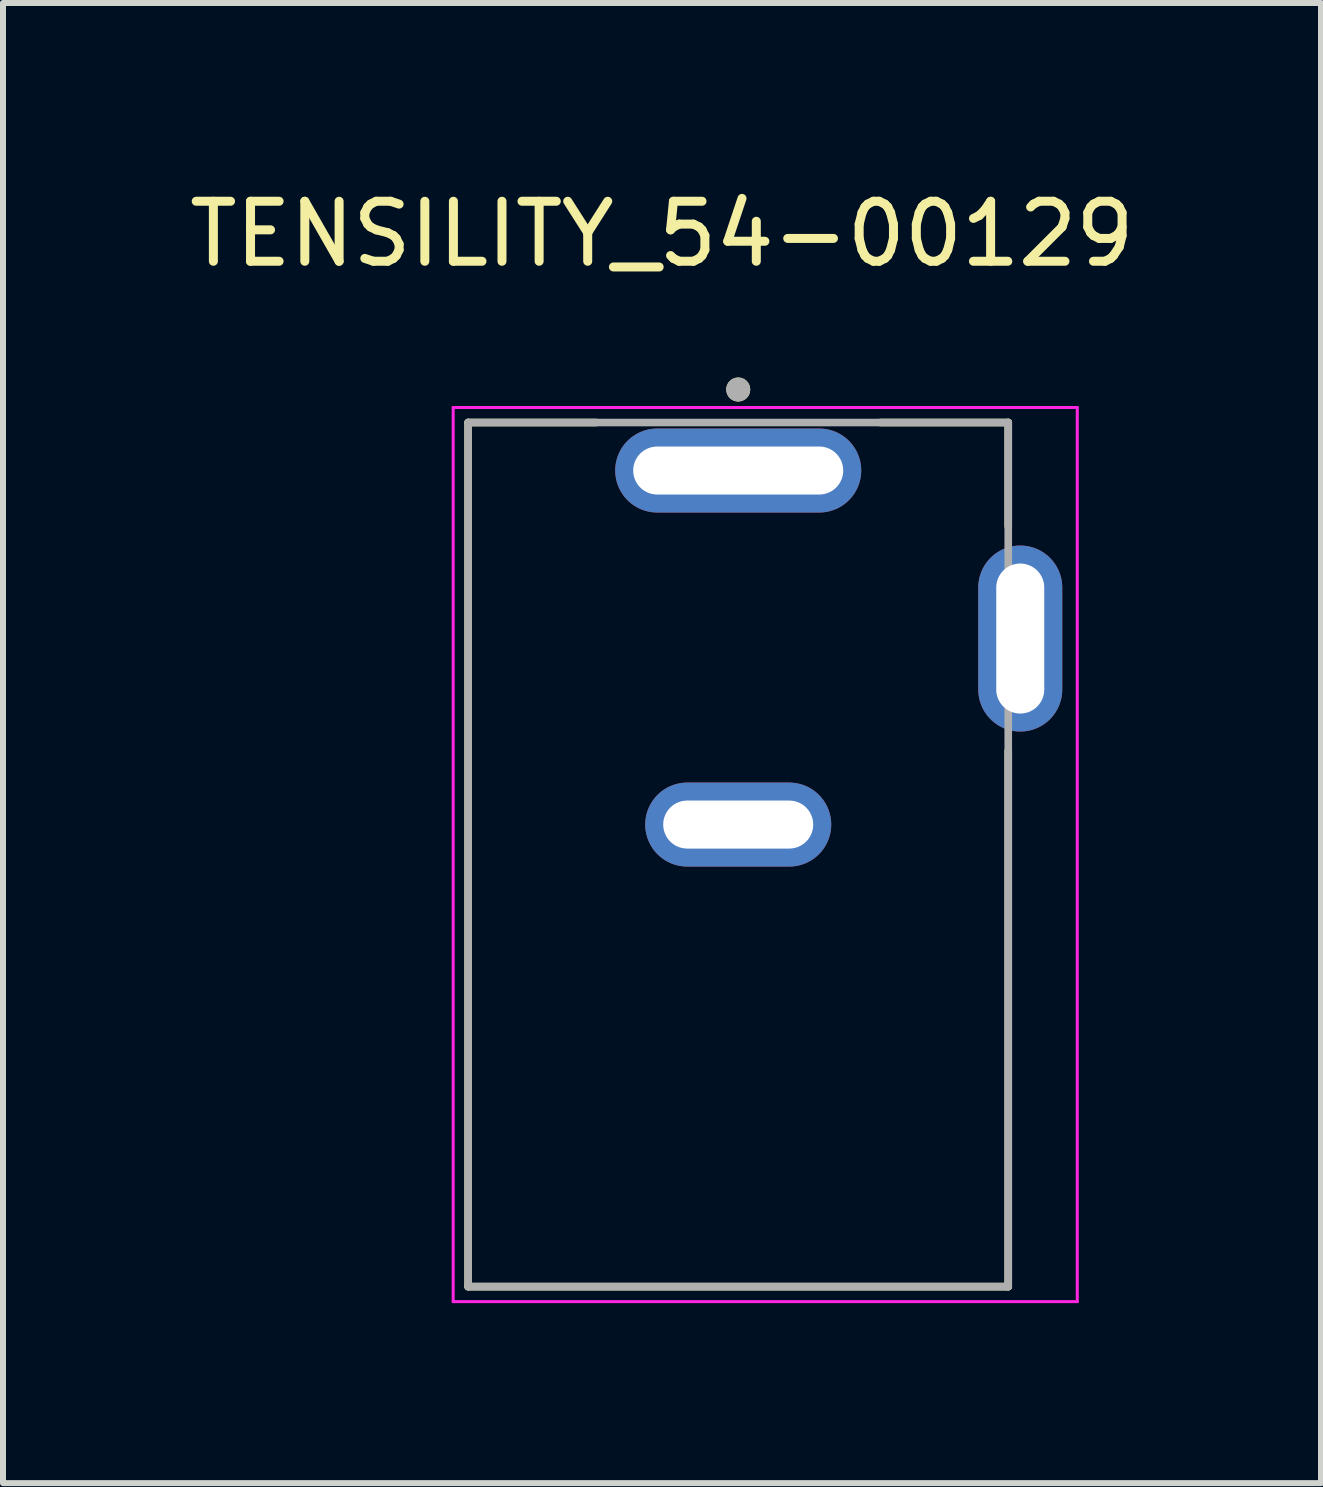
<source format=kicad_pcb>
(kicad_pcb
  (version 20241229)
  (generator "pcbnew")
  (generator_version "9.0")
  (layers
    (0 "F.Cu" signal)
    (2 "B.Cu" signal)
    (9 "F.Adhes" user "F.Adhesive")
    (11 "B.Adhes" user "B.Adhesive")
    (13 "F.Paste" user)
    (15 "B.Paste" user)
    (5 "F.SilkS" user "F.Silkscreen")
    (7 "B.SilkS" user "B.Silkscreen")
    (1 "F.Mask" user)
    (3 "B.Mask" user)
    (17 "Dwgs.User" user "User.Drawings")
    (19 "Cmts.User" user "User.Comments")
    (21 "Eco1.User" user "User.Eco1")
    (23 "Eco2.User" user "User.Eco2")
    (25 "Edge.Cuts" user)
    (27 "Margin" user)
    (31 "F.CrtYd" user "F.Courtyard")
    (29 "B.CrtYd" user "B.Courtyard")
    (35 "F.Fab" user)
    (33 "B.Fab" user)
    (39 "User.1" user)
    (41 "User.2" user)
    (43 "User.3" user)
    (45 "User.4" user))
  (footprint "TENSILITY_54-00129"
    (layer "F.Cu")
    (at 9.252 10.691)
    (property "Reference" "TENSILITY_54-00129" (at -1.27 -9.842 0) (layer "F.SilkS") (effects (font (size 1 1) (thickness 0.15))))
    (attr through_hole)
    (fp_line (start -4.5 -6.7) (end -2.37 -6.7) (stroke (width 0.127) (type solid)) (layer "F.SilkS"))
    (fp_line (start -4.5 7.7) (end -4.5 -6.7) (stroke (width 0.127) (type solid)) (layer "F.SilkS"))
    (fp_line (start 2.37 -6.7) (end 4.5 -6.7) (stroke (width 0.127) (type solid)) (layer "F.SilkS"))
    (fp_line (start 4.5 -6.7) (end 4.5 -4.97) (stroke (width 0.127) (type solid)) (layer "F.SilkS"))
    (fp_line (start 4.5 7.7) (end -4.5 7.7) (stroke (width 0.127) (type solid)) (layer "F.SilkS"))
    (fp_line (start 4.5 7.7) (end 4.5 -1.23) (stroke (width 0.127) (type solid)) (layer "F.SilkS"))
    (fp_circle (center 0 -7.25) (end 0.1 -7.25) (stroke (width 0.2) (type solid)) (fill no) (layer "F.SilkS"))
    (fp_line (start -4.75 -6.95) (end -4.75 7.95) (stroke (width 0.05) (type solid)) (layer "F.CrtYd"))
    (fp_line (start -4.75 7.95) (end 5.65 7.95) (stroke (width 0.05) (type solid)) (layer "F.CrtYd"))
    (fp_line (start 5.65 -6.95) (end -4.75 -6.95) (stroke (width 0.05) (type solid)) (layer "F.CrtYd"))
    (fp_line (start 5.65 7.95) (end 5.65 -6.95) (stroke (width 0.05) (type solid)) (layer "F.CrtYd"))
    (fp_line (start -4.5 -6.7) (end 4.5 -6.7) (stroke (width 0.127) (type solid)) (layer "F.Fab"))
    (fp_line (start -4.5 7.7) (end -4.5 -6.7) (stroke (width 0.127) (type solid)) (layer "F.Fab"))
    (fp_line (start 4.5 -6.7) (end 4.5 7.7) (stroke (width 0.127) (type solid)) (layer "F.Fab"))
    (fp_line (start 4.5 7.7) (end -4.5 7.7) (stroke (width 0.127) (type solid)) (layer "F.Fab"))
    (fp_circle (center 0 -7.25) (end 0.1 -7.25) (stroke (width 0.2) (type solid)) (fill no) (layer "F.Fab"))
    (pad "A" thru_hole oval (at 0 -5.9) (size 4.1 1.4) (drill oval 3.5 0.8) (layers "*.Cu" "*.Mask"))
    (pad "B" thru_hole oval (at 0 0) (size 3.1 1.4) (drill oval 2.5 0.8) (layers "*.Cu" "*.Mask"))
    (pad "C" thru_hole oval (at 4.7 -3.1) (size 1.4 3.1) (drill oval 0.8 2.5) (layers "*.Cu" "*.Mask")))
  (gr_rect
    (start -3 -3)
    (end 18.964 21.666)
    (stroke (width 0.1) (type default))
    (fill no)
    (layer "Edge.Cuts")))
</source>
